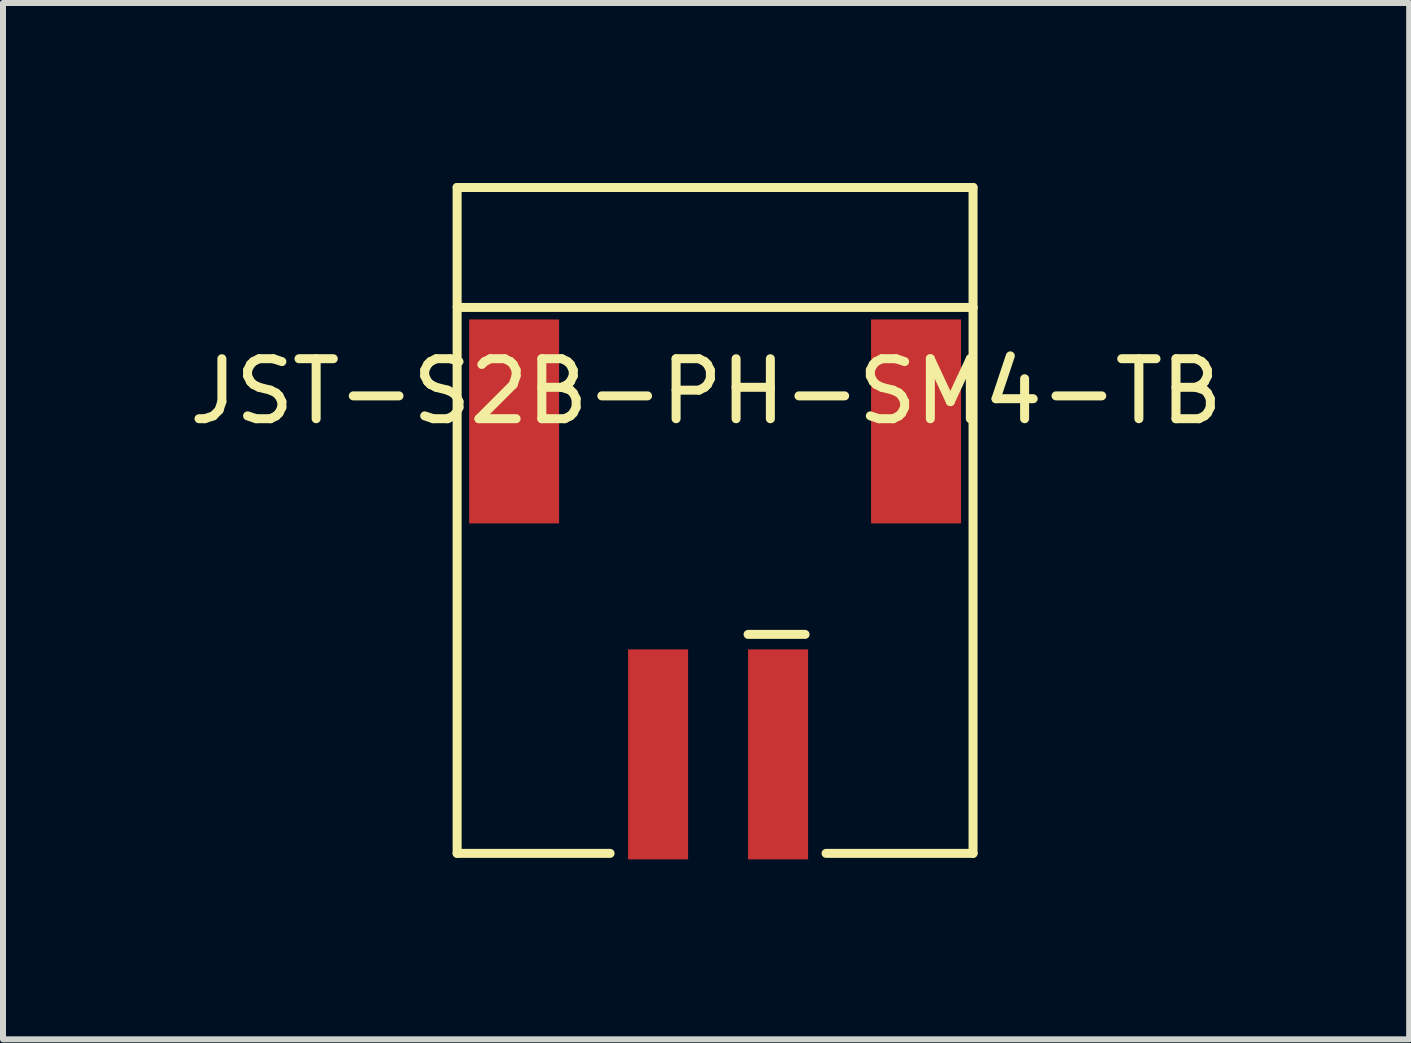
<source format=kicad_pcb>
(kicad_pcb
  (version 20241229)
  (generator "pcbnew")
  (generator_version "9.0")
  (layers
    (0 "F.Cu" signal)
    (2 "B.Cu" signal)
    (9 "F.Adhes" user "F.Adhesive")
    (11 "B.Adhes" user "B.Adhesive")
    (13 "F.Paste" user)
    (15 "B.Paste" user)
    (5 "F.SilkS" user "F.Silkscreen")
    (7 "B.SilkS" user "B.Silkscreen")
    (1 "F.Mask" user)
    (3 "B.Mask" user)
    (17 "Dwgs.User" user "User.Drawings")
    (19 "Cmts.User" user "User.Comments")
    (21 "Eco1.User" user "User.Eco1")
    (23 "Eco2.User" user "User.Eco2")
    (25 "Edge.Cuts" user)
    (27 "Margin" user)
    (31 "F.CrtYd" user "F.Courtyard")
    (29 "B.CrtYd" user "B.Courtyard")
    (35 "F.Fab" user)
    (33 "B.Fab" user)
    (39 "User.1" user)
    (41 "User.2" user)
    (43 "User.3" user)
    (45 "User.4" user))
  (footprint "JST-S2B-PH-SM4-TB"
    (layer "F.Cu")
    (at 8.87 5.825)
    (property "Reference" "JST-S2B-PH-SM4-TB" (at -0.15 -2.35 0) (layer "F.SilkS") (effects (font (size 1 1) (thickness 0.15))))
    (attr through_hole)
    (fp_line (start -4.3 -5.75) (end 4.3 -5.75) (stroke (width 0.15) (type solid)) (layer "F.SilkS"))
    (fp_line (start -4.3 -3.75) (end -4.3 -5.75) (stroke (width 0.15) (type solid)) (layer "F.SilkS"))
    (fp_line (start -4.3 5.35) (end -4.3 -3.7) (stroke (width 0.15) (type solid)) (layer "F.SilkS"))
    (fp_line (start -1.75 5.35) (end -4.3 5.35) (stroke (width 0.15) (type solid)) (layer "F.SilkS"))
    (fp_line (start 0.55 1.7) (end 1.5 1.7) (stroke (width 0.15) (type solid)) (layer "F.SilkS"))
    (fp_line (start 1.85 5.35) (end 4.3 5.35) (stroke (width 0.15) (type solid)) (layer "F.SilkS"))
    (fp_line (start 4.3 -5.75) (end 4.3 -3.75) (stroke (width 0.15) (type solid)) (layer "F.SilkS"))
    (fp_line (start 4.3 -3.75) (end -4.3 -3.75) (stroke (width 0.15) (type solid)) (layer "F.SilkS"))
    (fp_line (start 4.3 5.35) (end 4.3 -3.75) (stroke (width 0.15) (type solid)) (layer "F.SilkS"))
    (pad "" smd rect (at -3.35 -1.85) (size 1.5 3.4) (layers "F.Cu" "F.Mask" "F.Paste"))
    (pad "" smd rect (at 3.35 -1.85) (size 1.5 3.4) (layers "F.Cu" "F.Mask" "F.Paste"))
    (pad "1" smd rect (at 1.05 3.7) (size 1 3.5) (layers "F.Cu" "F.Mask" "F.Paste"))
    (pad "2" smd rect (at -0.95 3.7) (size 1 3.5) (layers "F.Cu" "F.Mask" "F.Paste")))
  (gr_rect
    (start -3 -3)
    (end 20.44 14.275)
    (stroke (width 0.1) (type default))
    (fill no)
    (layer "Edge.Cuts")))
</source>
